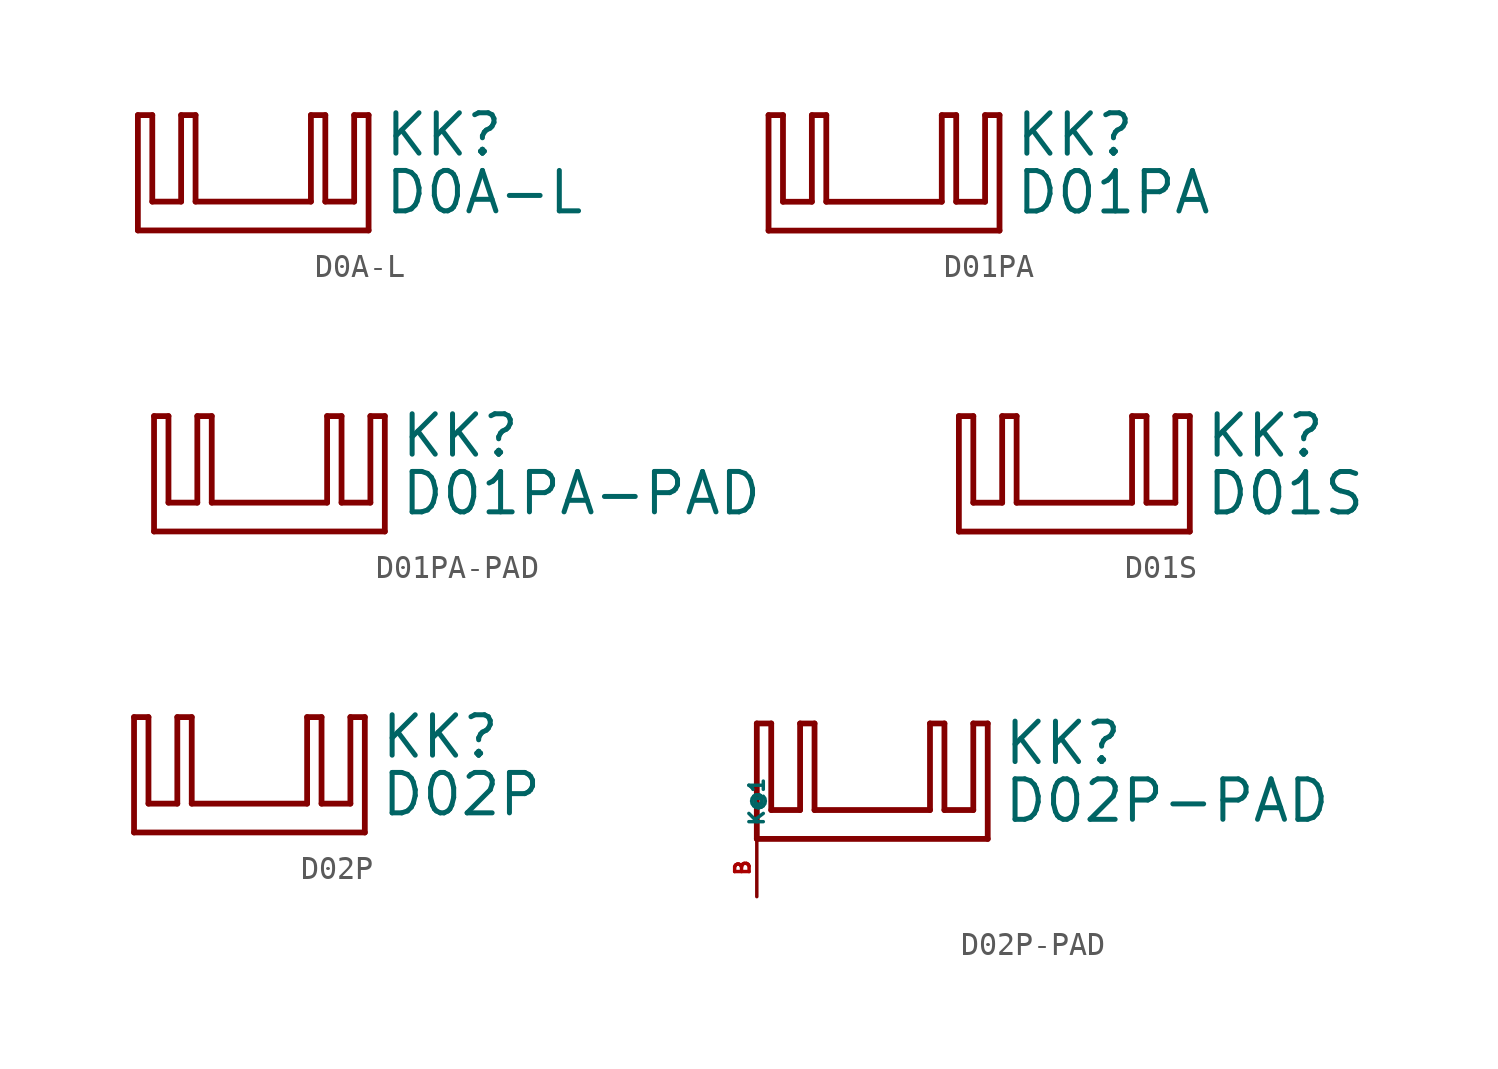
<source format=kicad_sym>
(kicad_symbol_lib
  (version 20220914)
  (generator Eagle2Kicad)
  (symbol "D0A-L"
    (property "Reference" "KK"
      (at 5.715 3.175 0)
      (effects (font (size 1.778 1.778) (thickness 0.22)) (justify left bottom)))
    (property "Value" "D0A-L"
      (at 5.715 0.635 0)
      (effects (font (size 1.778 1.778) (thickness 0.22)) (justify left bottom)))
    (polyline
      (pts (xy -5.08 0) (xy 5.08 0))
      (stroke (width 0.254) (type default))
      (fill (type none)))
    (polyline
      (pts (xy 5.08 0) (xy 5.08 5.08))
      (stroke (width 0.254) (type default))
      (fill (type none)))
    (polyline
      (pts (xy 5.08 5.08) (xy 4.445 5.08))
      (stroke (width 0.254) (type default))
      (fill (type none)))
    (polyline
      (pts (xy 4.445 5.08) (xy 4.445 1.27))
      (stroke (width 0.254) (type default))
      (fill (type none)))
    (polyline
      (pts (xy 4.445 1.27) (xy 3.175 1.27))
      (stroke (width 0.254) (type default))
      (fill (type none)))
    (polyline
      (pts (xy 3.175 1.27) (xy 3.175 5.08))
      (stroke (width 0.254) (type default))
      (fill (type none)))
    (polyline
      (pts (xy 3.175 5.08) (xy 2.54 5.08))
      (stroke (width 0.254) (type default))
      (fill (type none)))
    (polyline
      (pts (xy 2.54 5.08) (xy 2.54 1.27))
      (stroke (width 0.254) (type default))
      (fill (type none)))
    (polyline
      (pts (xy 2.54 1.27) (xy -2.54 1.27))
      (stroke (width 0.254) (type default))
      (fill (type none)))
    (polyline
      (pts (xy -2.54 1.27) (xy -2.54 5.08))
      (stroke (width 0.254) (type default))
      (fill (type none)))
    (polyline
      (pts (xy -2.54 5.08) (xy -3.175 5.08))
      (stroke (width 0.254) (type default))
      (fill (type none)))
    (polyline
      (pts (xy -3.175 5.08) (xy -3.175 1.27))
      (stroke (width 0.254) (type default))
      (fill (type none)))
    (polyline
      (pts (xy -3.175 1.27) (xy -4.445 1.27))
      (stroke (width 0.254) (type default))
      (fill (type none)))
    (polyline
      (pts (xy -4.445 1.27) (xy -4.445 5.08))
      (stroke (width 0.254) (type default))
      (fill (type none)))
    (polyline
      (pts (xy -4.445 5.08) (xy -5.08 5.08))
      (stroke (width 0.254) (type default))
      (fill (type none)))
    (polyline
      (pts (xy -5.08 5.08) (xy -5.08 0))
      (stroke (width 0.254) (type default))
      (fill (type none))))
  (symbol "D01PA"
    (property "Reference" "KK"
      (at 5.715 3.175 0)
      (effects (font (size 1.778 1.778) (thickness 0.22)) (justify left bottom)))
    (property "Value" "D01PA"
      (at 5.715 0.635 0)
      (effects (font (size 1.778 1.778) (thickness 0.22)) (justify left bottom)))
    (polyline
      (pts (xy -5.08 0) (xy 5.08 0))
      (stroke (width 0.254) (type default))
      (fill (type none)))
    (polyline
      (pts (xy 5.08 0) (xy 5.08 5.08))
      (stroke (width 0.254) (type default))
      (fill (type none)))
    (polyline
      (pts (xy 5.08 5.08) (xy 4.445 5.08))
      (stroke (width 0.254) (type default))
      (fill (type none)))
    (polyline
      (pts (xy 4.445 5.08) (xy 4.445 1.27))
      (stroke (width 0.254) (type default))
      (fill (type none)))
    (polyline
      (pts (xy 4.445 1.27) (xy 3.175 1.27))
      (stroke (width 0.254) (type default))
      (fill (type none)))
    (polyline
      (pts (xy 3.175 1.27) (xy 3.175 5.08))
      (stroke (width 0.254) (type default))
      (fill (type none)))
    (polyline
      (pts (xy 3.175 5.08) (xy 2.54 5.08))
      (stroke (width 0.254) (type default))
      (fill (type none)))
    (polyline
      (pts (xy 2.54 5.08) (xy 2.54 1.27))
      (stroke (width 0.254) (type default))
      (fill (type none)))
    (polyline
      (pts (xy 2.54 1.27) (xy -2.54 1.27))
      (stroke (width 0.254) (type default))
      (fill (type none)))
    (polyline
      (pts (xy -2.54 1.27) (xy -2.54 5.08))
      (stroke (width 0.254) (type default))
      (fill (type none)))
    (polyline
      (pts (xy -2.54 5.08) (xy -3.175 5.08))
      (stroke (width 0.254) (type default))
      (fill (type none)))
    (polyline
      (pts (xy -3.175 5.08) (xy -3.175 1.27))
      (stroke (width 0.254) (type default))
      (fill (type none)))
    (polyline
      (pts (xy -3.175 1.27) (xy -4.445 1.27))
      (stroke (width 0.254) (type default))
      (fill (type none)))
    (polyline
      (pts (xy -4.445 1.27) (xy -4.445 5.08))
      (stroke (width 0.254) (type default))
      (fill (type none)))
    (polyline
      (pts (xy -4.445 5.08) (xy -5.08 5.08))
      (stroke (width 0.254) (type default))
      (fill (type none)))
    (polyline
      (pts (xy -5.08 5.08) (xy -5.08 0))
      (stroke (width 0.254) (type default))
      (fill (type none))))
  (symbol "D01PA-PAD"
    (property "Reference" "KK"
      (at 5.715 3.175 0)
      (effects (font (size 1.778 1.778) (thickness 0.22)) (justify left bottom)))
    (property "Value" "D01PA-PAD"
      (at 5.715 0.635 0)
      (effects (font (size 1.778 1.778) (thickness 0.22)) (justify left bottom)))
    (polyline
      (pts (xy -5.08 0) (xy 5.08 0))
      (stroke (width 0.254) (type default))
      (fill (type none)))
    (polyline
      (pts (xy 5.08 0) (xy 5.08 5.08))
      (stroke (width 0.254) (type default))
      (fill (type none)))
    (polyline
      (pts (xy 5.08 5.08) (xy 4.445 5.08))
      (stroke (width 0.254) (type default))
      (fill (type none)))
    (polyline
      (pts (xy 4.445 5.08) (xy 4.445 1.27))
      (stroke (width 0.254) (type default))
      (fill (type none)))
    (polyline
      (pts (xy 4.445 1.27) (xy 3.175 1.27))
      (stroke (width 0.254) (type default))
      (fill (type none)))
    (polyline
      (pts (xy 3.175 1.27) (xy 3.175 5.08))
      (stroke (width 0.254) (type default))
      (fill (type none)))
    (polyline
      (pts (xy 3.175 5.08) (xy 2.54 5.08))
      (stroke (width 0.254) (type default))
      (fill (type none)))
    (polyline
      (pts (xy 2.54 5.08) (xy 2.54 1.27))
      (stroke (width 0.254) (type default))
      (fill (type none)))
    (polyline
      (pts (xy 2.54 1.27) (xy -2.54 1.27))
      (stroke (width 0.254) (type default))
      (fill (type none)))
    (polyline
      (pts (xy -2.54 1.27) (xy -2.54 5.08))
      (stroke (width 0.254) (type default))
      (fill (type none)))
    (polyline
      (pts (xy -2.54 5.08) (xy -3.175 5.08))
      (stroke (width 0.254) (type default))
      (fill (type none)))
    (polyline
      (pts (xy -3.175 5.08) (xy -3.175 1.27))
      (stroke (width 0.254) (type default))
      (fill (type none)))
    (polyline
      (pts (xy -3.175 1.27) (xy -4.445 1.27))
      (stroke (width 0.254) (type default))
      (fill (type none)))
    (polyline
      (pts (xy -4.445 1.27) (xy -4.445 5.08))
      (stroke (width 0.254) (type default))
      (fill (type none)))
    (polyline
      (pts (xy -4.445 5.08) (xy -5.08 5.08))
      (stroke (width 0.254) (type default))
      (fill (type none)))
    (polyline
      (pts (xy -5.08 5.08) (xy -5.08 0))
      (stroke (width 0.254) (type default))
      (fill (type none))))
  (symbol "D01S"
    (property "Reference" "KK"
      (at 5.715 3.175 0)
      (effects (font (size 1.778 1.778) (thickness 0.22)) (justify left bottom)))
    (property "Value" "D01S"
      (at 5.715 0.635 0)
      (effects (font (size 1.778 1.778) (thickness 0.22)) (justify left bottom)))
    (polyline
      (pts (xy -5.08 0) (xy 5.08 0))
      (stroke (width 0.254) (type default))
      (fill (type none)))
    (polyline
      (pts (xy 5.08 0) (xy 5.08 5.08))
      (stroke (width 0.254) (type default))
      (fill (type none)))
    (polyline
      (pts (xy 5.08 5.08) (xy 4.445 5.08))
      (stroke (width 0.254) (type default))
      (fill (type none)))
    (polyline
      (pts (xy 4.445 5.08) (xy 4.445 1.27))
      (stroke (width 0.254) (type default))
      (fill (type none)))
    (polyline
      (pts (xy 4.445 1.27) (xy 3.175 1.27))
      (stroke (width 0.254) (type default))
      (fill (type none)))
    (polyline
      (pts (xy 3.175 1.27) (xy 3.175 5.08))
      (stroke (width 0.254) (type default))
      (fill (type none)))
    (polyline
      (pts (xy 3.175 5.08) (xy 2.54 5.08))
      (stroke (width 0.254) (type default))
      (fill (type none)))
    (polyline
      (pts (xy 2.54 5.08) (xy 2.54 1.27))
      (stroke (width 0.254) (type default))
      (fill (type none)))
    (polyline
      (pts (xy 2.54 1.27) (xy -2.54 1.27))
      (stroke (width 0.254) (type default))
      (fill (type none)))
    (polyline
      (pts (xy -2.54 1.27) (xy -2.54 5.08))
      (stroke (width 0.254) (type default))
      (fill (type none)))
    (polyline
      (pts (xy -2.54 5.08) (xy -3.175 5.08))
      (stroke (width 0.254) (type default))
      (fill (type none)))
    (polyline
      (pts (xy -3.175 5.08) (xy -3.175 1.27))
      (stroke (width 0.254) (type default))
      (fill (type none)))
    (polyline
      (pts (xy -3.175 1.27) (xy -4.445 1.27))
      (stroke (width 0.254) (type default))
      (fill (type none)))
    (polyline
      (pts (xy -4.445 1.27) (xy -4.445 5.08))
      (stroke (width 0.254) (type default))
      (fill (type none)))
    (polyline
      (pts (xy -4.445 5.08) (xy -5.08 5.08))
      (stroke (width 0.254) (type default))
      (fill (type none)))
    (polyline
      (pts (xy -5.08 5.08) (xy -5.08 0))
      (stroke (width 0.254) (type default))
      (fill (type none))))
  (symbol "D02P"
    (property "Reference" "KK"
      (at 5.715 3.175 0)
      (effects (font (size 1.778 1.778) (thickness 0.22)) (justify left bottom)))
    (property "Value" "D02P"
      (at 5.715 0.635 0)
      (effects (font (size 1.778 1.778) (thickness 0.22)) (justify left bottom)))
    (polyline
      (pts (xy -5.08 0) (xy 5.08 0))
      (stroke (width 0.254) (type default))
      (fill (type none)))
    (polyline
      (pts (xy 5.08 0) (xy 5.08 5.08))
      (stroke (width 0.254) (type default))
      (fill (type none)))
    (polyline
      (pts (xy 5.08 5.08) (xy 4.445 5.08))
      (stroke (width 0.254) (type default))
      (fill (type none)))
    (polyline
      (pts (xy 4.445 5.08) (xy 4.445 1.27))
      (stroke (width 0.254) (type default))
      (fill (type none)))
    (polyline
      (pts (xy 4.445 1.27) (xy 3.175 1.27))
      (stroke (width 0.254) (type default))
      (fill (type none)))
    (polyline
      (pts (xy 3.175 1.27) (xy 3.175 5.08))
      (stroke (width 0.254) (type default))
      (fill (type none)))
    (polyline
      (pts (xy 3.175 5.08) (xy 2.54 5.08))
      (stroke (width 0.254) (type default))
      (fill (type none)))
    (polyline
      (pts (xy 2.54 5.08) (xy 2.54 1.27))
      (stroke (width 0.254) (type default))
      (fill (type none)))
    (polyline
      (pts (xy 2.54 1.27) (xy -2.54 1.27))
      (stroke (width 0.254) (type default))
      (fill (type none)))
    (polyline
      (pts (xy -2.54 1.27) (xy -2.54 5.08))
      (stroke (width 0.254) (type default))
      (fill (type none)))
    (polyline
      (pts (xy -2.54 5.08) (xy -3.175 5.08))
      (stroke (width 0.254) (type default))
      (fill (type none)))
    (polyline
      (pts (xy -3.175 5.08) (xy -3.175 1.27))
      (stroke (width 0.254) (type default))
      (fill (type none)))
    (polyline
      (pts (xy -3.175 1.27) (xy -4.445 1.27))
      (stroke (width 0.254) (type default))
      (fill (type none)))
    (polyline
      (pts (xy -4.445 1.27) (xy -4.445 5.08))
      (stroke (width 0.254) (type default))
      (fill (type none)))
    (polyline
      (pts (xy -4.445 5.08) (xy -5.08 5.08))
      (stroke (width 0.254) (type default))
      (fill (type none)))
    (polyline
      (pts (xy -5.08 5.08) (xy -5.08 0))
      (stroke (width 0.254) (type default))
      (fill (type none))))
  (symbol "D02P-PAD"
    (property "Reference" "KK"
      (at 5.715 3.175 0)
      (effects (font (size 1.778 1.778) (thickness 0.22)) (justify left bottom)))
    (property "Value" "D02P-PAD"
      (at 5.715 0.635 0)
      (effects (font (size 1.778 1.778) (thickness 0.22)) (justify left bottom)))
    (polyline
      (pts (xy -5.08 0) (xy 5.08 0))
      (stroke (width 0.254) (type default))
      (fill (type none)))
    (polyline
      (pts (xy 5.08 0) (xy 5.08 5.08))
      (stroke (width 0.254) (type default))
      (fill (type none)))
    (polyline
      (pts (xy 5.08 5.08) (xy 4.445 5.08))
      (stroke (width 0.254) (type default))
      (fill (type none)))
    (polyline
      (pts (xy 4.445 5.08) (xy 4.445 1.27))
      (stroke (width 0.254) (type default))
      (fill (type none)))
    (polyline
      (pts (xy 4.445 1.27) (xy 3.175 1.27))
      (stroke (width 0.254) (type default))
      (fill (type none)))
    (polyline
      (pts (xy 3.175 1.27) (xy 3.175 5.08))
      (stroke (width 0.254) (type default))
      (fill (type none)))
    (polyline
      (pts (xy 3.175 5.08) (xy 2.54 5.08))
      (stroke (width 0.254) (type default))
      (fill (type none)))
    (polyline
      (pts (xy 2.54 5.08) (xy 2.54 1.27))
      (stroke (width 0.254) (type default))
      (fill (type none)))
    (polyline
      (pts (xy 2.54 1.27) (xy -2.54 1.27))
      (stroke (width 0.254) (type default))
      (fill (type none)))
    (polyline
      (pts (xy -2.54 1.27) (xy -2.54 5.08))
      (stroke (width 0.254) (type default))
      (fill (type none)))
    (polyline
      (pts (xy -2.54 5.08) (xy -3.175 5.08))
      (stroke (width 0.254) (type default))
      (fill (type none)))
    (polyline
      (pts (xy -3.175 5.08) (xy -3.175 1.27))
      (stroke (width 0.254) (type default))
      (fill (type none)))
    (polyline
      (pts (xy -3.175 1.27) (xy -4.445 1.27))
      (stroke (width 0.254) (type default))
      (fill (type none)))
    (polyline
      (pts (xy -4.445 1.27) (xy -4.445 5.08))
      (stroke (width 0.254) (type default))
      (fill (type none)))
    (polyline
      (pts (xy -4.445 5.08) (xy -5.08 5.08))
      (stroke (width 0.254) (type default))
      (fill (type none)))
    (polyline
      (pts (xy -5.08 5.08) (xy -5.08 0))
      (stroke (width 0.254) (type default))
      (fill (type none)))
    (pin passive line
      (at -5.08 -2.54 90)
      (length 2.54)
      (name "K@1" (effects (font (size 0.635 0.635) (thickness 0.08)) (justify left bottom)))
      (number "B" (effects (font (size 0.635 0.635) (thickness 0.08)) (justify left bottom))))))
</source>
